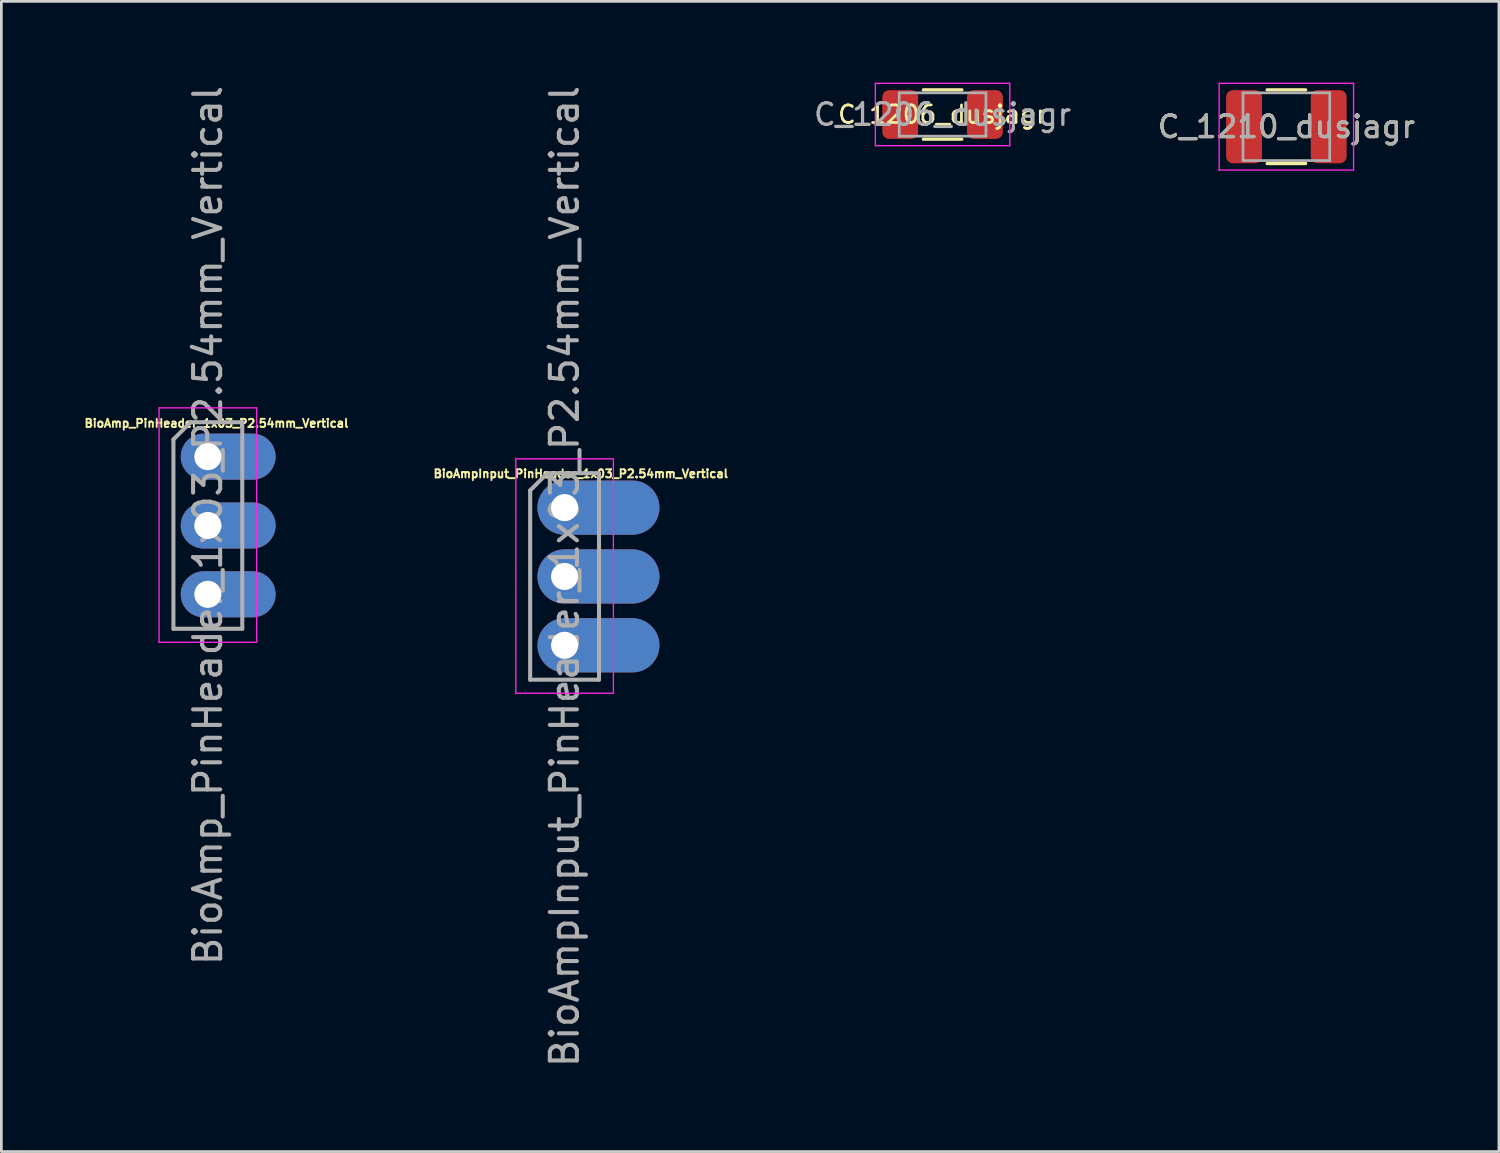
<source format=kicad_pcb>
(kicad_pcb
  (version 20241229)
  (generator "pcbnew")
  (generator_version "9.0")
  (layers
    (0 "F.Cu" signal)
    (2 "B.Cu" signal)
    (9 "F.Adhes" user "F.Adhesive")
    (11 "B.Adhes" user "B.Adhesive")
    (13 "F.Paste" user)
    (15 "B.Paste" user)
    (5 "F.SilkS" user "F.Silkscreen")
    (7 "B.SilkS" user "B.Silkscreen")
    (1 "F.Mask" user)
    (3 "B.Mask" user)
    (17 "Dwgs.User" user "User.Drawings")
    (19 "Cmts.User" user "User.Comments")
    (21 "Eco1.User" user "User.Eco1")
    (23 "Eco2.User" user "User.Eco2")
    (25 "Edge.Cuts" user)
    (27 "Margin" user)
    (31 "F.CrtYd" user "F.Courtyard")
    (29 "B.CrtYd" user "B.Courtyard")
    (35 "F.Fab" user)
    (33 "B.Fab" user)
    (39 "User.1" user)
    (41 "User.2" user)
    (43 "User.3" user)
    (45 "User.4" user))
  (footprint "C_1206_dusjagr"
    (layer "F.Cu")
    (at 31.729 1.175)
    (property "Reference" "C_1206_dusjagr" (at 0 0 0) (layer "F.SilkS") (effects (font (size 0.65 0.65) (thickness 0.1))))
    (attr smd)
    (fp_line (start -0.711 -0.91) (end 0.711 -0.91) (stroke (width 0.12) (type solid)) (layer "F.SilkS"))
    (fp_line (start -0.711 0.91) (end 0.711 0.91) (stroke (width 0.12) (type solid)) (layer "F.SilkS"))
    (fp_line (start -2.48 -1.15) (end 2.48 -1.15) (stroke (width 0.05) (type solid)) (layer "F.CrtYd"))
    (fp_line (start -2.48 1.15) (end -2.48 -1.15) (stroke (width 0.05) (type solid)) (layer "F.CrtYd"))
    (fp_line (start 2.48 -1.15) (end 2.48 1.15) (stroke (width 0.05) (type solid)) (layer "F.CrtYd"))
    (fp_line (start 2.48 1.15) (end -2.48 1.15) (stroke (width 0.05) (type solid)) (layer "F.CrtYd"))
    (fp_line (start -1.6 -0.8) (end 1.6 -0.8) (stroke (width 0.1) (type solid)) (layer "F.Fab"))
    (fp_line (start -1.6 0.8) (end -1.6 -0.8) (stroke (width 0.1) (type solid)) (layer "F.Fab"))
    (fp_line (start 1.6 -0.8) (end 1.6 0.8) (stroke (width 0.1) (type solid)) (layer "F.Fab"))
    (fp_line (start 1.6 0.8) (end -1.6 0.8) (stroke (width 0.1) (type solid)) (layer "F.Fab"))
    (fp_text user "${REFERENCE}" (at 0 0 0) (layer "F.Fab") (effects (font (size 0.8 0.8) (thickness 0.12))))
    (pad "1" smd roundrect (at -1.562 0) (size 1.325 1.8) (layers "F.Cu" "F.Mask" "F.Paste") (roundrect_rratio 0.189))
    (pad "2" smd roundrect (at 1.562 0) (size 1.325 1.8) (layers "F.Cu" "F.Mask" "F.Paste") (roundrect_rratio 0.189)))
  (footprint "C_1210_dusjagr"
    (layer "F.Cu")
    (at 44.414 1.625)
    (property "Reference" "C_1210_dusjagr" (at 0 0 180) (layer "F.SilkS") (effects (font (size 0.8 0.8) (thickness 0.12))))
    (attr smd)
    (fp_line (start -0.711 -1.36) (end 0.711 -1.36) (stroke (width 0.12) (type solid)) (layer "F.SilkS"))
    (fp_line (start -0.711 1.36) (end 0.711 1.36) (stroke (width 0.12) (type solid)) (layer "F.SilkS"))
    (fp_line (start -2.48 -1.6) (end 2.48 -1.6) (stroke (width 0.05) (type solid)) (layer "F.CrtYd"))
    (fp_line (start -2.48 1.6) (end -2.48 -1.6) (stroke (width 0.05) (type solid)) (layer "F.CrtYd"))
    (fp_line (start 2.48 -1.6) (end 2.48 1.6) (stroke (width 0.05) (type solid)) (layer "F.CrtYd"))
    (fp_line (start 2.48 1.6) (end -2.48 1.6) (stroke (width 0.05) (type solid)) (layer "F.CrtYd"))
    (fp_line (start -1.6 -1.25) (end 1.6 -1.25) (stroke (width 0.1) (type solid)) (layer "F.Fab"))
    (fp_line (start -1.6 1.25) (end -1.6 -1.25) (stroke (width 0.1) (type solid)) (layer "F.Fab"))
    (fp_line (start 1.6 -1.25) (end 1.6 1.25) (stroke (width 0.1) (type solid)) (layer "F.Fab"))
    (fp_line (start 1.6 1.25) (end -1.6 1.25) (stroke (width 0.1) (type solid)) (layer "F.Fab"))
    (fp_text user "${REFERENCE}" (at 0 0 180) (layer "F.Fab") (effects (font (size 0.8 0.8) (thickness 0.12))))
    (pad "1" smd roundrect (at -1.562 0) (size 1.325 2.7) (layers "F.Cu" "F.Mask" "F.Paste") (roundrect_rratio 0.189))
    (pad "2" smd roundrect (at 1.562 0) (size 1.325 2.7) (layers "F.Cu" "F.Mask" "F.Paste") (roundrect_rratio 0.189)))
  (footprint "BioAmpInput_PinHeader_1x03_P2.54mm_Vertical"
    (layer "F.Cu")
    (at 17.782 15.68)
    (property "Reference" "BioAmpInput_PinHeader_1x03_P2.54mm_Vertical" (at 0.6 -1.25 0) (layer "F.SilkS") (effects (font (size 0.3 0.3) (thickness 0.07))))
    (attr through_hole)
    (fp_line (start -1.8 -1.8) (end -1.8 6.85) (stroke (width 0.05) (type solid)) (layer "F.CrtYd"))
    (fp_line (start -1.8 6.85) (end 1.8 6.85) (stroke (width 0.05) (type solid)) (layer "F.CrtYd"))
    (fp_line (start 1.8 -1.8) (end -1.8 -1.8) (stroke (width 0.05) (type solid)) (layer "F.CrtYd"))
    (fp_line (start 1.8 6.85) (end 1.8 -1.8) (stroke (width 0.05) (type solid)) (layer "F.CrtYd"))
    (fp_line (start -1.27 -0.635) (end -0.635 -1.27) (stroke (width 0.15) (type solid)) (layer "F.Fab"))
    (fp_line (start -1.27 6.35) (end -1.27 -0.635) (stroke (width 0.15) (type solid)) (layer "F.Fab"))
    (fp_line (start -0.635 -1.27) (end 1.27 -1.27) (stroke (width 0.15) (type solid)) (layer "F.Fab"))
    (fp_line (start 1.27 -1.27) (end 1.27 6.35) (stroke (width 0.15) (type solid)) (layer "F.Fab"))
    (fp_line (start 1.27 6.35) (end -1.27 6.35) (stroke (width 0.15) (type solid)) (layer "F.Fab"))
    (fp_text user "${REFERENCE}" (at 0 2.54 90) (layer "F.Fab") (effects (font (size 1 1) (thickness 0.15))))
    (pad "1" thru_hole oval (at 0 0) (size 4.5 2) (drill 1 (offset 1.25 0)) (layers "*.Cu" "*.Mask"))
    (pad "2" thru_hole oval (at 0 2.54) (size 4.5 2) (drill 1 (offset 1.25 0)) (layers "*.Cu" "*.Mask"))
    (pad "3" thru_hole oval (at 0 5.08) (size 4.5 2) (drill 1 (offset 1.25 0)) (layers "*.Cu" "*.Mask")))
  (footprint "BioAmp_PinHeader_1x03_P2.54mm_Vertical"
    (layer "F.Cu")
    (at 4.619 13.799)
    (property "Reference" "BioAmp_PinHeader_1x03_P2.54mm_Vertical" (at 0.32 -1.23 0) (layer "F.SilkS") (effects (font (size 0.3 0.3) (thickness 0.07))))
    (attr through_hole)
    (fp_line (start -1.8 -1.8) (end -1.8 6.85) (stroke (width 0.05) (type solid)) (layer "F.CrtYd"))
    (fp_line (start -1.8 6.85) (end 1.8 6.85) (stroke (width 0.05) (type solid)) (layer "F.CrtYd"))
    (fp_line (start 1.8 -1.8) (end -1.8 -1.8) (stroke (width 0.05) (type solid)) (layer "F.CrtYd"))
    (fp_line (start 1.8 6.85) (end 1.8 -1.8) (stroke (width 0.05) (type solid)) (layer "F.CrtYd"))
    (fp_line (start -1.27 -0.635) (end -0.635 -1.27) (stroke (width 0.15) (type solid)) (layer "F.Fab"))
    (fp_line (start -1.27 6.35) (end -1.27 -0.635) (stroke (width 0.15) (type solid)) (layer "F.Fab"))
    (fp_line (start -0.635 -1.27) (end 1.27 -1.27) (stroke (width 0.15) (type solid)) (layer "F.Fab"))
    (fp_line (start 1.27 -1.27) (end 1.27 6.35) (stroke (width 0.15) (type solid)) (layer "F.Fab"))
    (fp_line (start 1.27 6.35) (end -1.27 6.35) (stroke (width 0.15) (type solid)) (layer "F.Fab"))
    (fp_text user "${REFERENCE}" (at 0 2.54 90) (layer "F.Fab") (effects (font (size 1 1) (thickness 0.15))))
    (pad "1" thru_hole oval (at 0 0) (size 3.5 1.7) (drill 1 (offset 0.75 0)) (layers "*.Cu" "*.Mask"))
    (pad "2" thru_hole oval (at 0 2.54) (size 3.5 1.7) (drill 1 (offset 0.75 0)) (layers "*.Cu" "*.Mask"))
    (pad "3" thru_hole oval (at 0 5.08) (size 3.5 1.7) (drill 1 (offset 0.75 0)) (layers "*.Cu" "*.Mask")))
  (gr_rect
    (start -3 -3)
    (end 52.257 39.44)
    (stroke (width 0.1) (type default))
    (fill no)
    (layer "Edge.Cuts")))
</source>
